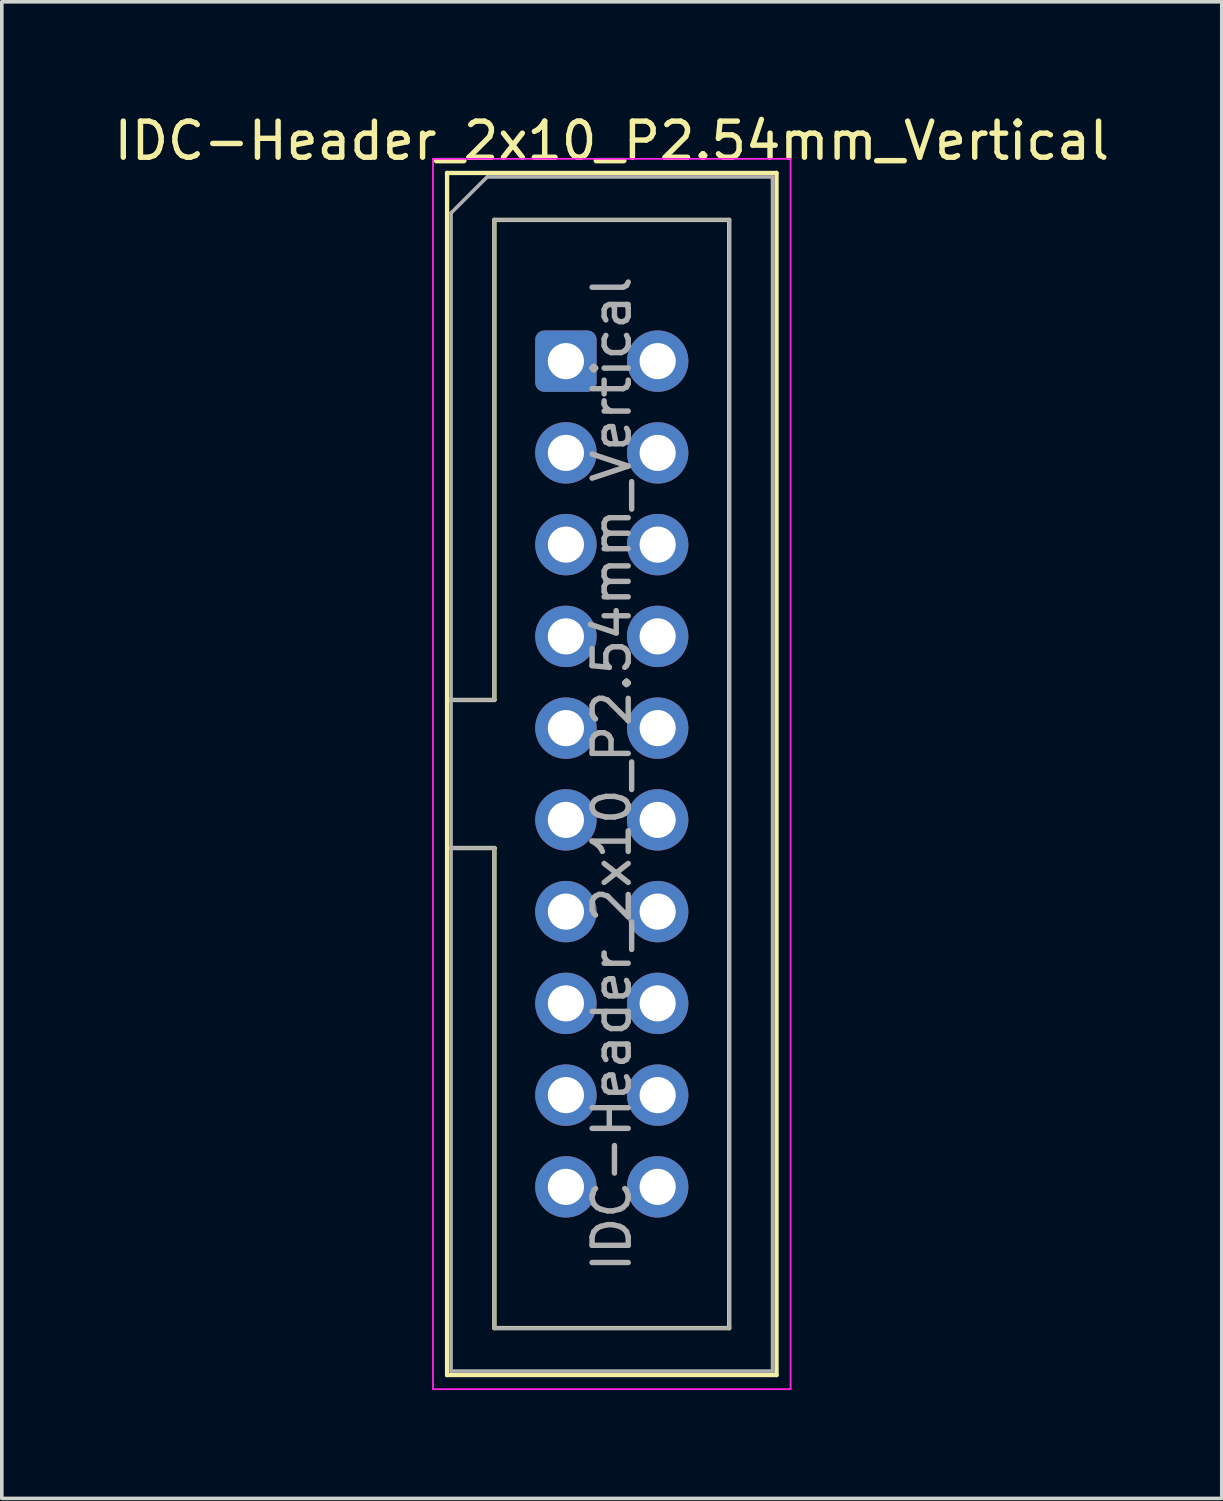
<source format=kicad_pcb>
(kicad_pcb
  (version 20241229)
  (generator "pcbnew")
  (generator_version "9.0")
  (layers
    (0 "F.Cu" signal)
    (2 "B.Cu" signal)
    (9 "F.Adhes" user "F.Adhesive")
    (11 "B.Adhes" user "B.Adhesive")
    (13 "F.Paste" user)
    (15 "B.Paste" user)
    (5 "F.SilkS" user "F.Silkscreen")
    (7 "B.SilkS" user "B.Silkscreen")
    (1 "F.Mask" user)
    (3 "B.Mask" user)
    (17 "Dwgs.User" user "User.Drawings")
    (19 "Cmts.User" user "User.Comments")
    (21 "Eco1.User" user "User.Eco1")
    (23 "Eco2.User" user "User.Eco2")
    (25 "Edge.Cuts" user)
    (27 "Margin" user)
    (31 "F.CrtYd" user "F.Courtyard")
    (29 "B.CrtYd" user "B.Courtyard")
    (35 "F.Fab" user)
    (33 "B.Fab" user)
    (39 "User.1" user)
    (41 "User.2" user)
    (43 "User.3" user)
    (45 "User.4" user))
  (footprint "IDC-Header_2x10_P2.54mm_Vertical"
    (layer "F.Cu")
    (at 12.617 6.948)
    (property "Reference" "IDC-Header_2x10_P2.54mm_Vertical" (at 1.27 -6.1 0) (layer "F.SilkS") (effects (font (size 1 1) (thickness 0.15))))
    (attr through_hole)
    (fp_line (start -3.29 -5.21) (end 5.83 -5.21) (stroke (width 0.12) (type solid)) (layer "F.SilkS"))
    (fp_line (start -3.29 9.38) (end -1.98 9.38) (stroke (width 0.12) (type solid)) (layer "F.SilkS"))
    (fp_line (start -3.29 28.07) (end -3.29 -5.21) (stroke (width 0.12) (type solid)) (layer "F.SilkS"))
    (fp_line (start -1.98 -3.91) (end 4.52 -3.91) (stroke (width 0.12) (type solid)) (layer "F.SilkS"))
    (fp_line (start -1.98 9.38) (end -1.98 -3.91) (stroke (width 0.12) (type solid)) (layer "F.SilkS"))
    (fp_line (start -1.98 13.48) (end -3.29 13.48) (stroke (width 0.12) (type solid)) (layer "F.SilkS"))
    (fp_line (start -1.98 13.48) (end -1.98 13.48) (stroke (width 0.12) (type solid)) (layer "F.SilkS"))
    (fp_line (start -1.98 26.77) (end -1.98 13.48) (stroke (width 0.12) (type solid)) (layer "F.SilkS"))
    (fp_line (start 4.52 -3.91) (end 4.52 26.77) (stroke (width 0.12) (type solid)) (layer "F.SilkS"))
    (fp_line (start 4.52 26.77) (end -1.98 26.77) (stroke (width 0.12) (type solid)) (layer "F.SilkS"))
    (fp_line (start 5.83 -5.21) (end 5.83 28.07) (stroke (width 0.12) (type solid)) (layer "F.SilkS"))
    (fp_line (start 5.83 28.07) (end -3.29 28.07) (stroke (width 0.12) (type solid)) (layer "F.SilkS"))
    (fp_line (start -3.68 -5.6) (end -3.68 28.46) (stroke (width 0.05) (type solid)) (layer "F.CrtYd"))
    (fp_line (start -3.68 28.46) (end 6.22 28.46) (stroke (width 0.05) (type solid)) (layer "F.CrtYd"))
    (fp_line (start 6.22 -5.6) (end -3.68 -5.6) (stroke (width 0.05) (type solid)) (layer "F.CrtYd"))
    (fp_line (start 6.22 28.46) (end 6.22 -5.6) (stroke (width 0.05) (type solid)) (layer "F.CrtYd"))
    (fp_line (start -3.18 -4.1) (end -2.18 -5.1) (stroke (width 0.1) (type solid)) (layer "F.Fab"))
    (fp_line (start -3.18 9.38) (end -1.98 9.38) (stroke (width 0.1) (type solid)) (layer "F.Fab"))
    (fp_line (start -3.18 27.96) (end -3.18 -4.1) (stroke (width 0.1) (type solid)) (layer "F.Fab"))
    (fp_line (start -2.18 -5.1) (end 5.72 -5.1) (stroke (width 0.1) (type solid)) (layer "F.Fab"))
    (fp_line (start -1.98 -3.91) (end 4.52 -3.91) (stroke (width 0.1) (type solid)) (layer "F.Fab"))
    (fp_line (start -1.98 9.38) (end -1.98 -3.91) (stroke (width 0.1) (type solid)) (layer "F.Fab"))
    (fp_line (start -1.98 13.48) (end -3.18 13.48) (stroke (width 0.1) (type solid)) (layer "F.Fab"))
    (fp_line (start -1.98 13.48) (end -1.98 13.48) (stroke (width 0.1) (type solid)) (layer "F.Fab"))
    (fp_line (start -1.98 26.77) (end -1.98 13.48) (stroke (width 0.1) (type solid)) (layer "F.Fab"))
    (fp_line (start 4.52 -3.91) (end 4.52 26.77) (stroke (width 0.1) (type solid)) (layer "F.Fab"))
    (fp_line (start 4.52 26.77) (end -1.98 26.77) (stroke (width 0.1) (type solid)) (layer "F.Fab"))
    (fp_line (start 5.72 -5.1) (end 5.72 27.96) (stroke (width 0.1) (type solid)) (layer "F.Fab"))
    (fp_line (start 5.72 27.96) (end -3.18 27.96) (stroke (width 0.1) (type solid)) (layer "F.Fab"))
    (fp_text user "${REFERENCE}" (at 1.27 11.43 90) (layer "F.Fab") (effects (font (size 1 1) (thickness 0.15))))
    (pad "1" thru_hole roundrect (at 0 0) (size 1.7 1.7) (drill 1) (layers "*.Cu" "*.Mask") (roundrect_rratio 0.147))
    (pad "2" thru_hole circle (at 2.54 0) (size 1.7 1.7) (drill 1) (layers "*.Cu" "*.Mask"))
    (pad "3" thru_hole circle (at 0 2.54) (size 1.7 1.7) (drill 1) (layers "*.Cu" "*.Mask"))
    (pad "4" thru_hole circle (at 2.54 2.54) (size 1.7 1.7) (drill 1) (layers "*.Cu" "*.Mask"))
    (pad "5" thru_hole circle (at 0 5.08) (size 1.7 1.7) (drill 1) (layers "*.Cu" "*.Mask"))
    (pad "6" thru_hole circle (at 2.54 5.08) (size 1.7 1.7) (drill 1) (layers "*.Cu" "*.Mask"))
    (pad "7" thru_hole circle (at 0 7.62) (size 1.7 1.7) (drill 1) (layers "*.Cu" "*.Mask"))
    (pad "8" thru_hole circle (at 2.54 7.62) (size 1.7 1.7) (drill 1) (layers "*.Cu" "*.Mask"))
    (pad "9" thru_hole circle (at 0 10.16) (size 1.7 1.7) (drill 1) (layers "*.Cu" "*.Mask"))
    (pad "10" thru_hole circle (at 2.54 10.16) (size 1.7 1.7) (drill 1) (layers "*.Cu" "*.Mask"))
    (pad "11" thru_hole circle (at 0 12.7) (size 1.7 1.7) (drill 1) (layers "*.Cu" "*.Mask"))
    (pad "12" thru_hole circle (at 2.54 12.7) (size 1.7 1.7) (drill 1) (layers "*.Cu" "*.Mask"))
    (pad "13" thru_hole circle (at 0 15.24) (size 1.7 1.7) (drill 1) (layers "*.Cu" "*.Mask"))
    (pad "14" thru_hole circle (at 2.54 15.24) (size 1.7 1.7) (drill 1) (layers "*.Cu" "*.Mask"))
    (pad "15" thru_hole circle (at 0 17.78) (size 1.7 1.7) (drill 1) (layers "*.Cu" "*.Mask"))
    (pad "16" thru_hole circle (at 2.54 17.78) (size 1.7 1.7) (drill 1) (layers "*.Cu" "*.Mask"))
    (pad "17" thru_hole circle (at 0 20.32) (size 1.7 1.7) (drill 1) (layers "*.Cu" "*.Mask"))
    (pad "18" thru_hole circle (at 2.54 20.32) (size 1.7 1.7) (drill 1) (layers "*.Cu" "*.Mask"))
    (pad "19" thru_hole circle (at 0 22.86) (size 1.7 1.7) (drill 1) (layers "*.Cu" "*.Mask"))
    (pad "20" thru_hole circle (at 2.54 22.86) (size 1.7 1.7) (drill 1) (layers "*.Cu" "*.Mask")))
  (gr_rect
    (start -3 -3)
    (end 30.774 38.433)
    (stroke (width 0.1) (type default))
    (fill no)
    (layer "Edge.Cuts")))
</source>
